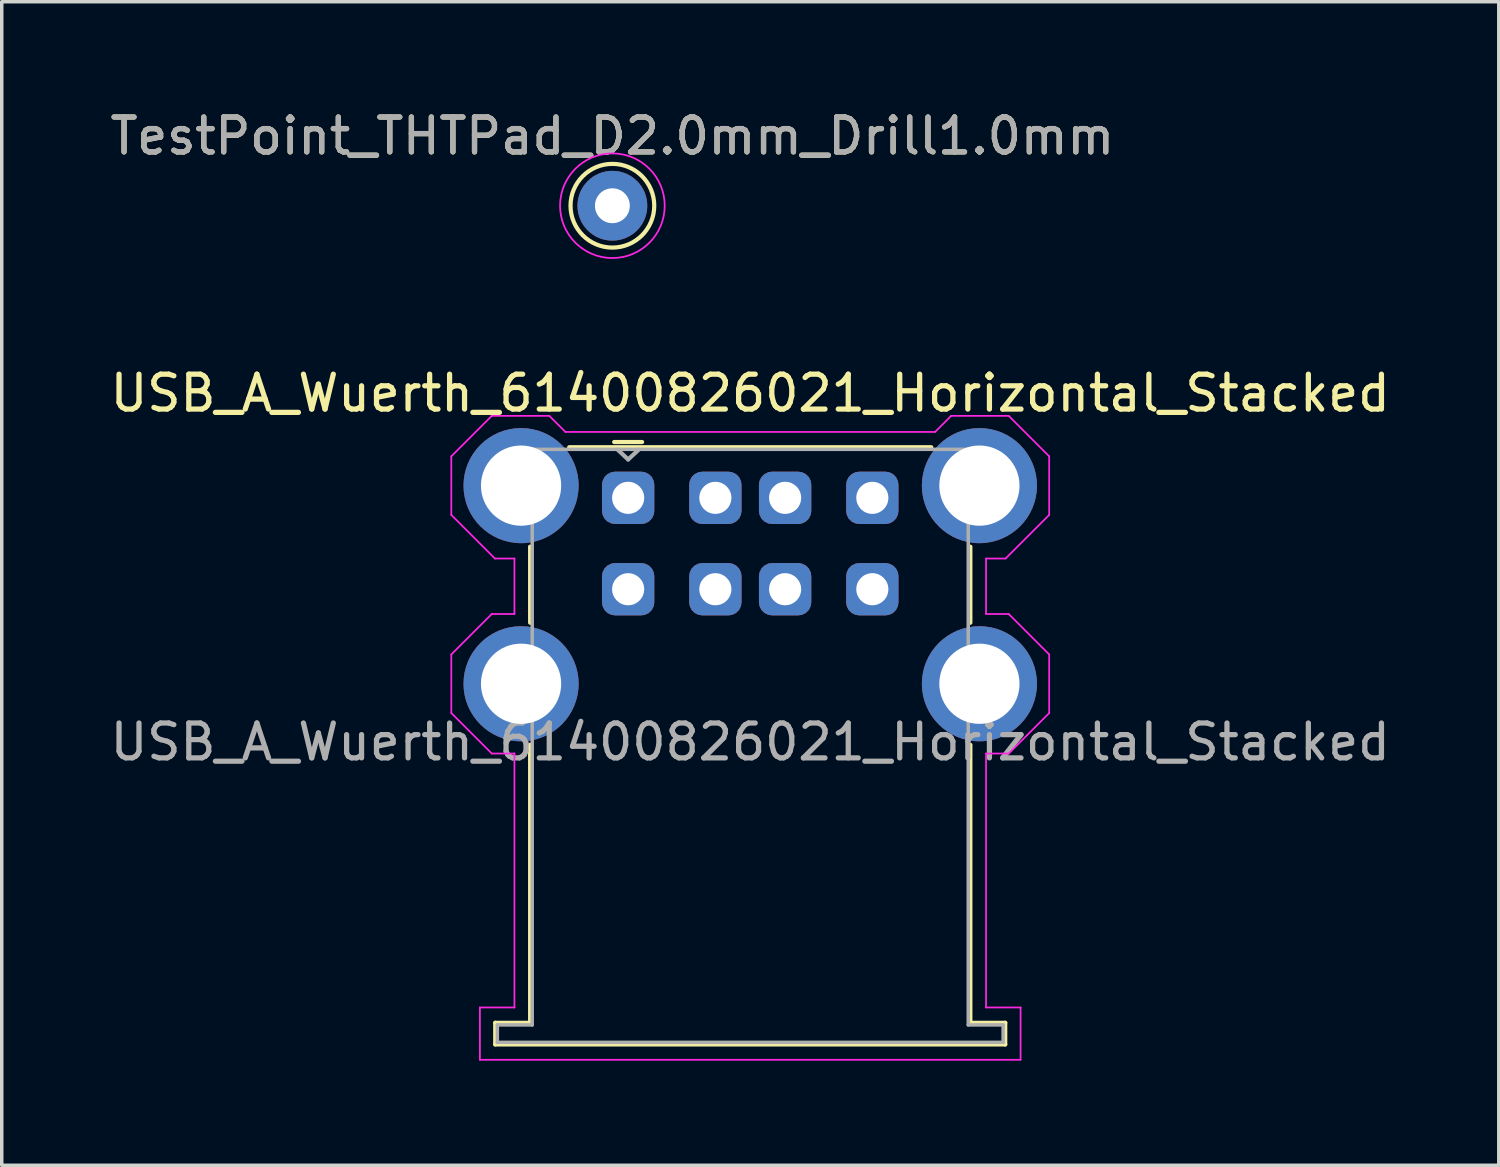
<source format=kicad_pcb>
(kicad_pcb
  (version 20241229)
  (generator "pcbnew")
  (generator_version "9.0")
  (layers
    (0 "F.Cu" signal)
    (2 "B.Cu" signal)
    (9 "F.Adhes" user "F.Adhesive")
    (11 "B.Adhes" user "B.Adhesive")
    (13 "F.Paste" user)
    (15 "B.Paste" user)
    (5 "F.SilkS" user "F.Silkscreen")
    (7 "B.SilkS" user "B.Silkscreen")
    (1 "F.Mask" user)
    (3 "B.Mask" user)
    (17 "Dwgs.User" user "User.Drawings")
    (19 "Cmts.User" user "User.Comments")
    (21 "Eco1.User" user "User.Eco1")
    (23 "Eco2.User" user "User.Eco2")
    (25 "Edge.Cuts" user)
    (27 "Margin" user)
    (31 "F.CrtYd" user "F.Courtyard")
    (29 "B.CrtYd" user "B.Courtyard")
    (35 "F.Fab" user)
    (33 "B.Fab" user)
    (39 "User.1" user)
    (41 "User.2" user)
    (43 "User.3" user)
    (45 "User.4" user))
  (footprint "TestPoint_THTPad_D2.0mm_Drill1.0mm"
    (layer "F.Cu")
    (at 14.506 2.848)
    (property "Reference" "TestPoint_THTPad_D2.0mm_Drill1.0mm" (at 0 -1.998 0) (layer "F.SilkS") (effects (font (size 1 1) (thickness 0.15))))
    (attr exclude_from_pos_files exclude_from_bom)
    (fp_circle (center 0 0) (end 0 1.2) (stroke (width 0.12) (type solid)) (fill no) (layer "F.SilkS"))
    (fp_circle (center 0 0) (end 1.5 0) (stroke (width 0.05) (type solid)) (fill no) (layer "F.CrtYd"))
    (fp_text user "${REFERENCE}" (at 0 -2 0) (layer "F.Fab") (effects (font (size 1 1) (thickness 0.15))))
    (pad "1" thru_hole circle (at 0 0) (size 2 2) (drill 1) (layers "*.Cu" "*.Mask")))
  (footprint "USB_A_Wuerth_61400826021_Horizontal_Stacked"
    (layer "F.Cu")
    (at 18.458 11.222)
    (property "Reference" "USB_A_Wuerth_61400826021_Horizontal_Stacked" (at 0 -3 0) (layer "F.SilkS") (effects (font (size 1 1) (thickness 0.15))))
    (attr through_hole)
    (fp_line (start -7.31 15.05) (end -6.31 15.05) (stroke (width 0.12) (type solid)) (layer "F.SilkS"))
    (fp_line (start -7.31 15.67) (end -7.31 15.05) (stroke (width 0.12) (type solid)) (layer "F.SilkS"))
    (fp_line (start -6.31 3.58) (end -6.31 1.4) (stroke (width 0.12) (type solid)) (layer "F.SilkS"))
    (fp_line (start -6.31 15.05) (end -6.31 7.08) (stroke (width 0.12) (type solid)) (layer "F.SilkS"))
    (fp_line (start -5.19 -1.45) (end 5.19 -1.45) (stroke (width 0.12) (type solid)) (layer "F.SilkS"))
    (fp_line (start -3.1 -1.6) (end -3.9 -1.6) (stroke (width 0.12) (type solid)) (layer "F.SilkS"))
    (fp_line (start 6.31 3.58) (end 6.31 1.4) (stroke (width 0.12) (type solid)) (layer "F.SilkS"))
    (fp_line (start 6.31 7.08) (end 6.31 15.05) (stroke (width 0.12) (type solid)) (layer "F.SilkS"))
    (fp_line (start 6.31 15.05) (end 7.31 15.05) (stroke (width 0.12) (type solid)) (layer "F.SilkS"))
    (fp_line (start 7.31 15.05) (end 7.31 15.67) (stroke (width 0.12) (type solid)) (layer "F.SilkS"))
    (fp_line (start 7.31 15.67) (end -7.31 15.67) (stroke (width 0.12) (type solid)) (layer "F.SilkS"))
    (fp_line (start -8.57 -1.19) (end -8.57 0.49) (stroke (width 0.05) (type solid)) (layer "F.CrtYd"))
    (fp_line (start -8.57 0.49) (end -7.32 1.74) (stroke (width 0.05) (type solid)) (layer "F.CrtYd"))
    (fp_line (start -8.57 4.49) (end -8.57 6.17) (stroke (width 0.05) (type solid)) (layer "F.CrtYd"))
    (fp_line (start -8.57 6.17) (end -7.41 7.33) (stroke (width 0.05) (type solid)) (layer "F.CrtYd"))
    (fp_line (start -7.75 14.61) (end -7.75 16.11) (stroke (width 0.05) (type solid)) (layer "F.CrtYd"))
    (fp_line (start -7.75 16.11) (end 7.75 16.11) (stroke (width 0.05) (type solid)) (layer "F.CrtYd"))
    (fp_line (start -7.41 -2.35) (end -8.57 -1.19) (stroke (width 0.05) (type solid)) (layer "F.CrtYd"))
    (fp_line (start -7.41 3.33) (end -8.57 4.49) (stroke (width 0.05) (type solid)) (layer "F.CrtYd"))
    (fp_line (start -7.41 3.33) (end -6.76 3.33) (stroke (width 0.05) (type solid)) (layer "F.CrtYd"))
    (fp_line (start -7.32 1.74) (end -6.76 1.74) (stroke (width 0.05) (type solid)) (layer "F.CrtYd"))
    (fp_line (start -6.76 1.74) (end -6.76 3.33) (stroke (width 0.05) (type solid)) (layer "F.CrtYd"))
    (fp_line (start -6.76 7.33) (end -7.41 7.33) (stroke (width 0.05) (type solid)) (layer "F.CrtYd"))
    (fp_line (start -6.76 7.33) (end -6.76 14.61) (stroke (width 0.05) (type solid)) (layer "F.CrtYd"))
    (fp_line (start -6.76 14.61) (end -7.75 14.61) (stroke (width 0.05) (type solid)) (layer "F.CrtYd"))
    (fp_line (start -5.76 -2.35) (end -7.41 -2.35) (stroke (width 0.05) (type solid)) (layer "F.CrtYd"))
    (fp_line (start -5.76 -2.35) (end -5.3 -1.89) (stroke (width 0.05) (type solid)) (layer "F.CrtYd"))
    (fp_line (start 5.3 -1.89) (end -5.3 -1.89) (stroke (width 0.05) (type solid)) (layer "F.CrtYd"))
    (fp_line (start 5.76 -2.35) (end 5.3 -1.89) (stroke (width 0.05) (type solid)) (layer "F.CrtYd"))
    (fp_line (start 6.76 1.74) (end 6.76 3.33) (stroke (width 0.05) (type solid)) (layer "F.CrtYd"))
    (fp_line (start 6.76 1.74) (end 7.32 1.74) (stroke (width 0.05) (type solid)) (layer "F.CrtYd"))
    (fp_line (start 6.76 3.33) (end 7.41 3.33) (stroke (width 0.05) (type solid)) (layer "F.CrtYd"))
    (fp_line (start 6.76 7.33) (end 6.76 14.61) (stroke (width 0.05) (type solid)) (layer "F.CrtYd"))
    (fp_line (start 6.76 7.33) (end 7.41 7.33) (stroke (width 0.05) (type solid)) (layer "F.CrtYd"))
    (fp_line (start 6.76 14.61) (end 7.75 14.61) (stroke (width 0.05) (type solid)) (layer "F.CrtYd"))
    (fp_line (start 7.41 -2.35) (end 5.76 -2.35) (stroke (width 0.05) (type solid)) (layer "F.CrtYd"))
    (fp_line (start 7.41 -2.35) (end 8.57 -1.19) (stroke (width 0.05) (type solid)) (layer "F.CrtYd"))
    (fp_line (start 7.41 3.33) (end 8.57 4.49) (stroke (width 0.05) (type solid)) (layer "F.CrtYd"))
    (fp_line (start 7.75 14.61) (end 7.75 16.11) (stroke (width 0.05) (type solid)) (layer "F.CrtYd"))
    (fp_line (start 8.57 -1.19) (end 8.57 0.49) (stroke (width 0.05) (type solid)) (layer "F.CrtYd"))
    (fp_line (start 8.57 0.49) (end 7.32 1.74) (stroke (width 0.05) (type solid)) (layer "F.CrtYd"))
    (fp_line (start 8.57 4.49) (end 8.57 6.17) (stroke (width 0.05) (type solid)) (layer "F.CrtYd"))
    (fp_line (start 8.57 6.17) (end 7.41 7.33) (stroke (width 0.05) (type solid)) (layer "F.CrtYd"))
    (fp_line (start -7.25 15.11) (end -7.25 15.61) (stroke (width 0.1) (type solid)) (layer "F.Fab"))
    (fp_line (start -6.25 -1.39) (end -6.25 15.11) (stroke (width 0.1) (type solid)) (layer "F.Fab"))
    (fp_line (start -6.25 15.11) (end -7.25 15.11) (stroke (width 0.1) (type solid)) (layer "F.Fab"))
    (fp_line (start -3.5 -1.1) (end -3.8 -1.38) (stroke (width 0.12) (type solid)) (layer "F.Fab"))
    (fp_line (start -3.5 -1.1) (end -3.2 -1.38) (stroke (width 0.12) (type solid)) (layer "F.Fab"))
    (fp_line (start 6.25 -1.39) (end -6.25 -1.39) (stroke (width 0.1) (type solid)) (layer "F.Fab"))
    (fp_line (start 6.25 -1.39) (end 6.25 15.11) (stroke (width 0.1) (type solid)) (layer "F.Fab"))
    (fp_line (start 6.25 15.11) (end 7.25 15.11) (stroke (width 0.1) (type solid)) (layer "F.Fab"))
    (fp_line (start 7.25 15.11) (end 7.25 15.61) (stroke (width 0.1) (type solid)) (layer "F.Fab"))
    (fp_line (start 7.25 15.61) (end -7.25 15.61) (stroke (width 0.1) (type solid)) (layer "F.Fab"))
    (fp_text user "${REFERENCE}" (at 0 7 0) (layer "F.Fab") (effects (font (size 1 1) (thickness 0.15))))
    (pad "1" thru_hole roundrect (at -3.5 0) (size 1.5 1.5) (drill 0.92) (layers "*.Cu" "*.Mask") (roundrect_rratio 0.25))
    (pad "2" thru_hole roundrect (at -1 0) (size 1.5 1.5) (drill 0.92) (layers "*.Cu" "*.Mask") (roundrect_rratio 0.25))
    (pad "3" thru_hole roundrect (at 1 0) (size 1.5 1.5) (drill 0.92) (layers "*.Cu" "*.Mask") (roundrect_rratio 0.25))
    (pad "4" thru_hole roundrect (at 3.5 0) (size 1.5 1.5) (drill 0.92) (layers "*.Cu" "*.Mask") (roundrect_rratio 0.25))
    (pad "5" thru_hole roundrect (at -3.5 2.62) (size 1.5 1.5) (drill 0.92) (layers "*.Cu" "*.Mask") (roundrect_rratio 0.25))
    (pad "6" thru_hole roundrect (at -1 2.62) (size 1.5 1.5) (drill 0.92) (layers "*.Cu" "*.Mask") (roundrect_rratio 0.25))
    (pad "7" thru_hole roundrect (at 1 2.62) (size 1.5 1.5) (drill 0.92) (layers "*.Cu" "*.Mask") (roundrect_rratio 0.25))
    (pad "8" thru_hole roundrect (at 3.5 2.62) (size 1.5 1.5) (drill 0.92) (layers "*.Cu" "*.Mask") (roundrect_rratio 0.25))
    (pad "9" thru_hole circle (at -6.57 -0.35) (size 3.3 3.3) (drill 2.3) (layers "*.Cu" "*.Mask"))
    (pad "9" thru_hole circle (at -6.57 5.33) (size 3.3 3.3) (drill 2.3) (layers "*.Cu" "*.Mask"))
    (pad "9" thru_hole circle (at 6.57 -0.35) (size 3.3 3.3) (drill 2.3) (layers "*.Cu" "*.Mask"))
    (pad "9" thru_hole circle (at 6.57 5.33) (size 3.3 3.3) (drill 2.3) (layers "*.Cu" "*.Mask")))
  (gr_rect
    (start -3 -3)
    (end 39.917 30.357)
    (stroke (width 0.1) (type default))
    (fill no)
    (layer "Edge.Cuts")))
</source>
